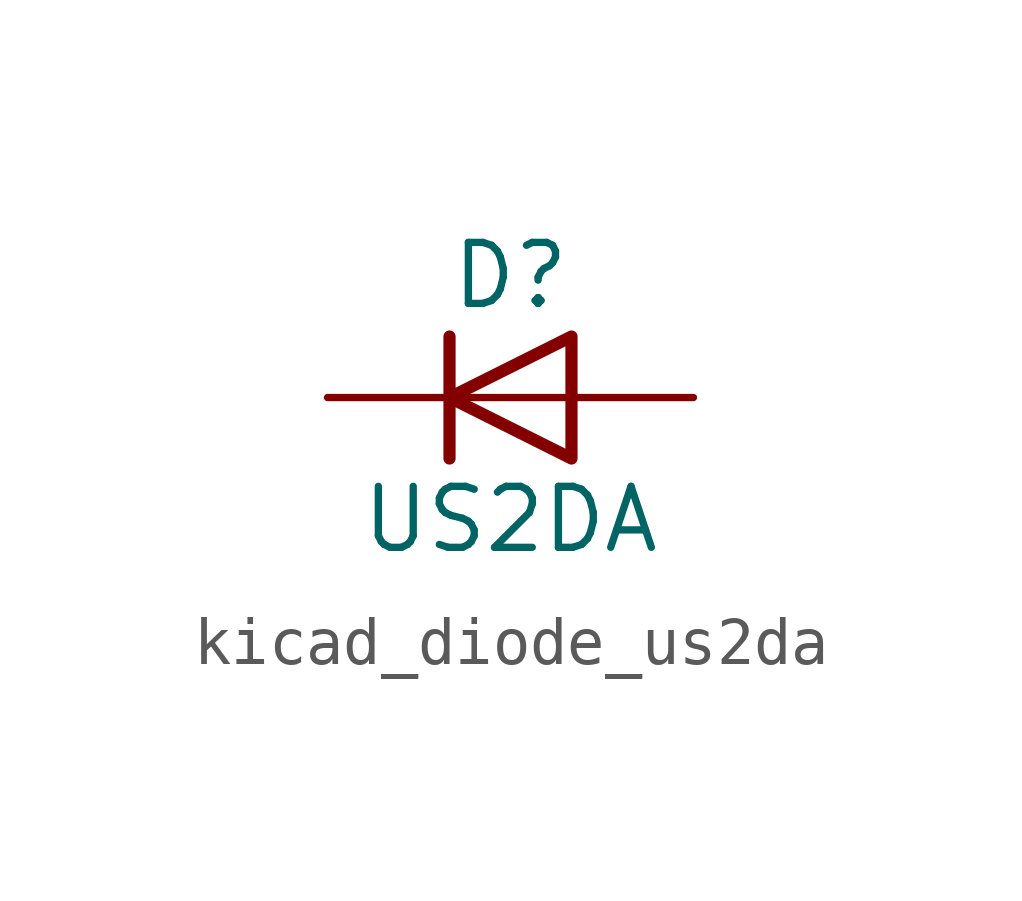
<source format=kicad_sym>
(kicad_symbol_lib
  (version 20220914)
  (generator kicad_symbol_editor)
  (symbol "kicad_diode_us2da"
    (pin_numbers hide)
    (pin_names hide)
    (property "Reference" "D"
      (at 0 2.54 0)
      (effects (font (size 1.27 1.27))))
    (property "Value" "US2DA"
      (at 0 -2.54 0)
      (effects (font (size 1.27 1.27))))
    (symbol "kicad_diode_us2da_0_1"
      (polyline (pts (xy -1.27 1.27) (xy -1.27 -1.27)) (stroke (width 0.254) (type default)) (fill (type none)))
      (polyline (pts (xy 1.27 0) (xy -1.27 0)) (stroke (width 0) (type default)) (fill (type none)))
      (polyline (pts (xy 1.27 1.27) (xy 1.27 -1.27) (xy -1.27 0) (xy 1.27 1.27)) (stroke (width 0.254) (type default)) (fill (type none))))
    (symbol "kicad_diode_us2da_1_1"
      (pin passive line (at -3.81 0 0) (length 2.54) (name "K" (effects (font (size 1.27 1.27)))) (number "1" (effects (font (size 1.27 1.27)))))
      (pin passive line (at 3.81 0 180) (length 2.54) (name "A" (effects (font (size 1.27 1.27)))) (number "2" (effects (font (size 1.27 1.27))))))))
</source>
